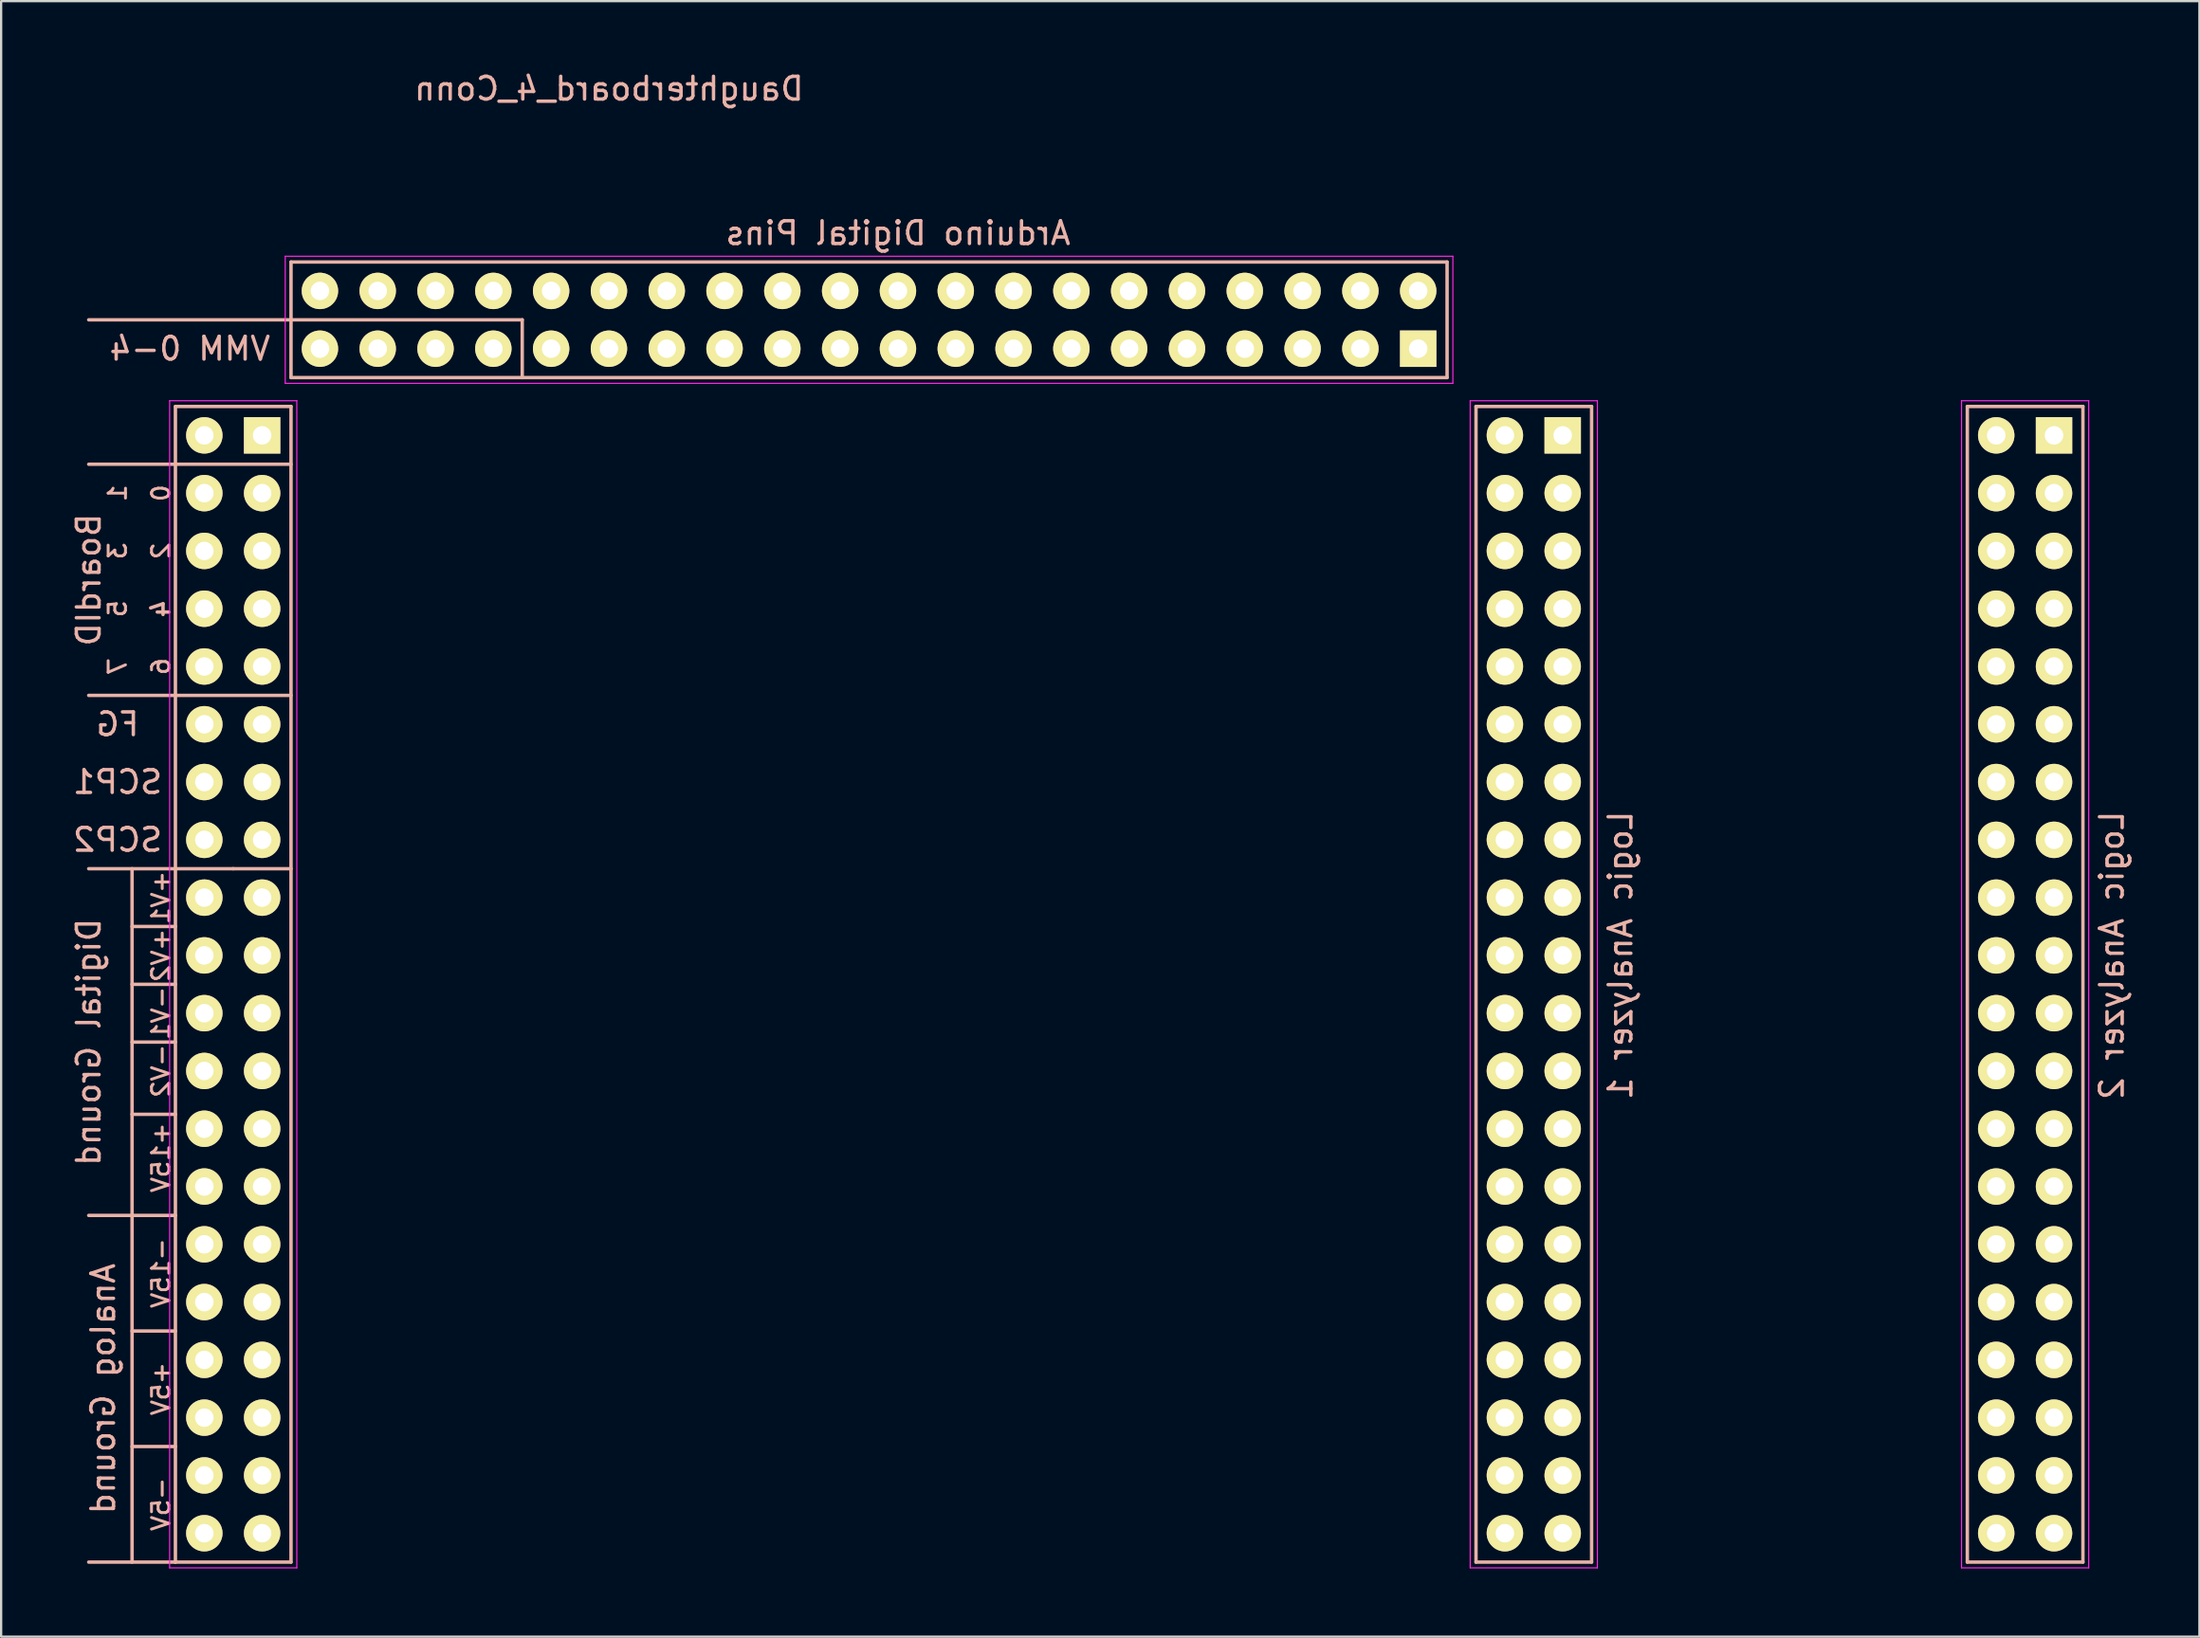
<source format=kicad_pcb>
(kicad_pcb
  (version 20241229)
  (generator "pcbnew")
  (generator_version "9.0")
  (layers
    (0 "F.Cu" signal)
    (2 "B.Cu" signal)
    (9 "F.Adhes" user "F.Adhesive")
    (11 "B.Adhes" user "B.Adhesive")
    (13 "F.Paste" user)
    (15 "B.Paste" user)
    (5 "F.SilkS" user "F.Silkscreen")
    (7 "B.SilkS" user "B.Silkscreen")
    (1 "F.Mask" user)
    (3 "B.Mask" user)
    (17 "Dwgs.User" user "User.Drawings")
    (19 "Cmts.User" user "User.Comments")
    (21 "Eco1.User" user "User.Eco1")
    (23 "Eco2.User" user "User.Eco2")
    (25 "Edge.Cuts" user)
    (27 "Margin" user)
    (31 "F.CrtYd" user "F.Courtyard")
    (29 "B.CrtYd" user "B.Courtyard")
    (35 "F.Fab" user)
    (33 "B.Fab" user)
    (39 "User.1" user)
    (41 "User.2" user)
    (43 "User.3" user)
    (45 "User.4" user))
  (footprint "Daughterboard_4_Conn"
    (layer "F.Cu")
    (at 0.848 8.468)
    (property "Reference" "Daughterboard_4_Conn" (at 22.86 -7.62 0) (layer "B.SilkS") (effects (font (size 1 1) (thickness 0.15)) (justify mirror)))
    (attr through_hole)
    (fp_line (start 1.905 26.67) (end 1.905 57.15) (stroke (width 0.15) (type solid)) (layer "B.SilkS"))
    (fp_line (start 1.905 41.91) (end 0 41.91) (stroke (width 0.15) (type solid)) (layer "B.SilkS"))
    (fp_line (start 3.81 6.35) (end 8.89 6.35) (stroke (width 0.15) (type solid)) (layer "B.SilkS"))
    (fp_line (start 3.81 8.89) (end 0 8.89) (stroke (width 0.15) (type solid)) (layer "B.SilkS"))
    (fp_line (start 3.81 8.89) (end 8.89 8.89) (stroke (width 0.15) (type solid)) (layer "B.SilkS"))
    (fp_line (start 3.81 19.05) (end 0 19.05) (stroke (width 0.15) (type solid)) (layer "B.SilkS"))
    (fp_line (start 3.81 19.05) (end 8.89 19.05) (stroke (width 0.15) (type solid)) (layer "B.SilkS"))
    (fp_line (start 3.81 26.67) (end 0 26.67) (stroke (width 0.15) (type solid)) (layer "B.SilkS"))
    (fp_line (start 3.81 26.67) (end 6.35 26.67) (stroke (width 0.15) (type solid)) (layer "B.SilkS"))
    (fp_line (start 3.81 29.21) (end 1.905 29.21) (stroke (width 0.15) (type solid)) (layer "B.SilkS"))
    (fp_line (start 3.81 31.75) (end 1.905 31.75) (stroke (width 0.15) (type solid)) (layer "B.SilkS"))
    (fp_line (start 3.81 34.29) (end 1.905 34.29) (stroke (width 0.15) (type solid)) (layer "B.SilkS"))
    (fp_line (start 3.81 37.465) (end 1.905 37.465) (stroke (width 0.15) (type solid)) (layer "B.SilkS"))
    (fp_line (start 3.81 41.91) (end 1.905 41.91) (stroke (width 0.15) (type solid)) (layer "B.SilkS"))
    (fp_line (start 3.81 46.99) (end 1.905 46.99) (stroke (width 0.15) (type solid)) (layer "B.SilkS"))
    (fp_line (start 3.81 52.07) (end 1.905 52.07) (stroke (width 0.15) (type solid)) (layer "B.SilkS"))
    (fp_line (start 3.81 57.15) (end 0 57.15) (stroke (width 0.15) (type solid)) (layer "B.SilkS"))
    (fp_line (start 3.81 57.15) (end 3.81 6.35) (stroke (width 0.15) (type solid)) (layer "B.SilkS"))
    (fp_line (start 6.35 26.67) (end 8.89 26.67) (stroke (width 0.15) (type solid)) (layer "B.SilkS"))
    (fp_line (start 8.89 0) (end 8.89 5.08) (stroke (width 0.15) (type solid)) (layer "B.SilkS"))
    (fp_line (start 8.89 2.54) (end 0 2.54) (stroke (width 0.15) (type solid)) (layer "B.SilkS"))
    (fp_line (start 8.89 2.54) (end 19.05 2.54) (stroke (width 0.15) (type solid)) (layer "B.SilkS"))
    (fp_line (start 8.89 5.08) (end 59.69 5.08) (stroke (width 0.15) (type solid)) (layer "B.SilkS"))
    (fp_line (start 8.89 6.35) (end 8.89 57.15) (stroke (width 0.15) (type solid)) (layer "B.SilkS"))
    (fp_line (start 8.89 57.15) (end 3.81 57.15) (stroke (width 0.15) (type solid)) (layer "B.SilkS"))
    (fp_line (start 19.05 2.54) (end 19.05 5.08) (stroke (width 0.15) (type solid)) (layer "B.SilkS"))
    (fp_line (start 59.69 0) (end 8.89 0) (stroke (width 0.15) (type solid)) (layer "B.SilkS"))
    (fp_line (start 59.69 5.08) (end 59.69 0) (stroke (width 0.15) (type solid)) (layer "B.SilkS"))
    (fp_line (start 60.96 6.35) (end 60.96 57.15) (stroke (width 0.15) (type solid)) (layer "B.SilkS"))
    (fp_line (start 60.96 57.15) (end 66.04 57.15) (stroke (width 0.15) (type solid)) (layer "B.SilkS"))
    (fp_line (start 66.04 6.35) (end 60.96 6.35) (stroke (width 0.15) (type solid)) (layer "B.SilkS"))
    (fp_line (start 66.04 57.15) (end 66.04 6.35) (stroke (width 0.15) (type solid)) (layer "B.SilkS"))
    (fp_line (start 82.55 6.35) (end 87.63 6.35) (stroke (width 0.15) (type solid)) (layer "B.SilkS"))
    (fp_line (start 82.55 57.15) (end 82.55 6.35) (stroke (width 0.15) (type solid)) (layer "B.SilkS"))
    (fp_line (start 87.63 6.35) (end 87.63 57.15) (stroke (width 0.15) (type solid)) (layer "B.SilkS"))
    (fp_line (start 87.63 57.15) (end 82.55 57.15) (stroke (width 0.15) (type solid)) (layer "B.SilkS"))
    (fp_line (start 3.556 6.096) (end 9.144 6.096) (stroke (width 0.05) (type solid)) (layer "F.CrtYd"))
    (fp_line (start 3.556 57.404) (end 3.556 6.096) (stroke (width 0.05) (type solid)) (layer "F.CrtYd"))
    (fp_line (start 8.636 -0.254) (end 59.944 -0.254) (stroke (width 0.05) (type solid)) (layer "F.CrtYd"))
    (fp_line (start 8.636 5.334) (end 8.636 -0.254) (stroke (width 0.05) (type solid)) (layer "F.CrtYd"))
    (fp_line (start 9.144 6.096) (end 9.144 57.404) (stroke (width 0.05) (type solid)) (layer "F.CrtYd"))
    (fp_line (start 9.144 57.404) (end 3.556 57.404) (stroke (width 0.05) (type solid)) (layer "F.CrtYd"))
    (fp_line (start 59.944 -0.254) (end 59.944 5.334) (stroke (width 0.05) (type solid)) (layer "F.CrtYd"))
    (fp_line (start 59.944 5.334) (end 8.636 5.334) (stroke (width 0.05) (type solid)) (layer "F.CrtYd"))
    (fp_line (start 60.706 6.096) (end 66.294 6.096) (stroke (width 0.05) (type solid)) (layer "F.CrtYd"))
    (fp_line (start 60.706 57.404) (end 60.706 6.096) (stroke (width 0.05) (type solid)) (layer "F.CrtYd"))
    (fp_line (start 66.294 6.096) (end 66.294 57.404) (stroke (width 0.05) (type solid)) (layer "F.CrtYd"))
    (fp_line (start 66.294 57.404) (end 60.706 57.404) (stroke (width 0.05) (type solid)) (layer "F.CrtYd"))
    (fp_line (start 82.296 6.096) (end 87.884 6.096) (stroke (width 0.05) (type solid)) (layer "F.CrtYd"))
    (fp_line (start 82.296 57.404) (end 82.296 6.096) (stroke (width 0.05) (type solid)) (layer "F.CrtYd"))
    (fp_line (start 87.884 6.096) (end 87.884 57.404) (stroke (width 0.05) (type solid)) (layer "F.CrtYd"))
    (fp_line (start 87.884 57.404) (end 82.296 57.404) (stroke (width 0.05) (type solid)) (layer "F.CrtYd"))
    (fp_text user "0" (at 3.175 10.16 90) (layer "B.SilkS") (effects (font (size 0.762 0.762) (thickness 0.127)) (justify mirror)))
    (fp_text user "+5V" (at 3.175 49.53 90) (layer "B.SilkS") (effects (font (size 0.762 0.762) (thickness 0.127)) (justify mirror)))
    (fp_text user "SCP2" (at 1.27 25.4 180) (layer "B.SilkS") (effects (font (size 1 1) (thickness 0.15)) (justify mirror)))
    (fp_text user "-V2" (at 3.175 35.56 90) (layer "B.SilkS") (effects (font (size 0.762 0.762) (thickness 0.127)) (justify mirror)))
    (fp_text user "Arduino Digital Pins" (at 35.56 -1.27 0) (layer "B.SilkS") (effects (font (size 1 1) (thickness 0.15)) (justify mirror)))
    (fp_text user "Digital Ground" (at 0 34.29 90) (layer "B.SilkS") (effects (font (size 1 1) (thickness 0.15)) (justify mirror)))
    (fp_text user "-V1" (at 3.175 33.02 90) (layer "B.SilkS") (effects (font (size 0.762 0.762) (thickness 0.127)) (justify mirror)))
    (fp_text user "+V2" (at 3.175 30.48 90) (layer "B.SilkS") (effects (font (size 0.762 0.762) (thickness 0.127)) (justify mirror)))
    (fp_text user "BoardID" (at 0 13.97 90) (layer "B.SilkS") (effects (font (size 1 1) (thickness 0.15)) (justify mirror)))
    (fp_text user "+15V" (at 3.175 39.37 90) (layer "B.SilkS") (effects (font (size 0.762 0.762) (thickness 0.127)) (justify mirror)))
    (fp_text user "5" (at 1.27 15.24 90) (layer "B.SilkS") (effects (font (size 0.762 0.762) (thickness 0.127)) (justify mirror)))
    (fp_text user "6" (at 3.175 17.78 90) (layer "B.SilkS") (effects (font (size 0.762 0.762) (thickness 0.127)) (justify mirror)))
    (fp_text user "-5V" (at 3.175 54.61 90) (layer "B.SilkS") (effects (font (size 0.762 0.762) (thickness 0.127)) (justify mirror)))
    (fp_text user "4" (at 3.175 15.24 90) (layer "B.SilkS") (effects (font (size 0.762 0.762) (thickness 0.15)) (justify mirror)))
    (fp_text user "SCP1" (at 1.27 22.86 180) (layer "B.SilkS") (effects (font (size 1 1) (thickness 0.15)) (justify mirror)))
    (fp_text user "+V1" (at 3.175 27.94 90) (layer "B.SilkS") (effects (font (size 0.762 0.762) (thickness 0.127)) (justify mirror)))
    (fp_text user "2" (at 3.175 12.7 90) (layer "B.SilkS") (effects (font (size 0.762 0.762) (thickness 0.127)) (justify mirror)))
    (fp_text user "Analog Ground" (at 0.635 49.53 90) (layer "B.SilkS") (effects (font (size 1 1) (thickness 0.15)) (justify mirror)))
    (fp_text user "-15V" (at 3.175 44.45 90) (layer "B.SilkS") (effects (font (size 0.762 0.762) (thickness 0.127)) (justify mirror)))
    (fp_text user "Logic Analyzer 2" (at 88.9 30.48 90) (layer "B.SilkS") (effects (font (size 1 1) (thickness 0.15)) (justify mirror)))
    (fp_text user "Logic Analyzer 1" (at 67.31 30.48 90) (layer "B.SilkS") (effects (font (size 1 1) (thickness 0.15)) (justify mirror)))
    (fp_text user "7" (at 1.27 17.78 90) (layer "B.SilkS") (effects (font (size 0.762 0.762) (thickness 0.127)) (justify mirror)))
    (fp_text user "1" (at 1.27 10.16 90) (layer "B.SilkS") (effects (font (size 0.762 0.762) (thickness 0.127)) (justify mirror)))
    (fp_text user "FG" (at 1.27 20.32 180) (layer "B.SilkS") (effects (font (size 1 1) (thickness 0.15)) (justify mirror)))
    (fp_text user "3" (at 1.27 12.7 90) (layer "B.SilkS") (effects (font (size 0.762 0.762) (thickness 0.127)) (justify mirror)))
    (fp_text user "VMM 0-4" (at 4.445 3.81 0) (layer "B.SilkS") (effects (font (size 1 1) (thickness 0.15)) (justify mirror)))
    (pad "1" thru_hole rect (at 7.62 7.62) (size 1.6 1.6) (drill 0.813) (layers "*.Cu" "*.Mask" "F.SilkS"))
    (pad "2" thru_hole circle (at 5.08 7.62) (size 1.6 1.6) (drill 0.813) (layers "*.Cu" "*.Mask" "F.SilkS"))
    (pad "3" thru_hole circle (at 7.62 10.16) (size 1.6 1.6) (drill 0.813) (layers "*.Cu" "*.Mask" "F.SilkS"))
    (pad "4" thru_hole circle (at 5.08 10.16) (size 1.6 1.6) (drill 0.813) (layers "*.Cu" "*.Mask" "F.SilkS"))
    (pad "5" thru_hole circle (at 7.62 12.7) (size 1.6 1.6) (drill 0.813) (layers "*.Cu" "*.Mask" "F.SilkS"))
    (pad "6" thru_hole circle (at 5.08 12.7) (size 1.6 1.6) (drill 0.813) (layers "*.Cu" "*.Mask" "F.SilkS"))
    (pad "7" thru_hole circle (at 7.62 15.24) (size 1.6 1.6) (drill 0.813) (layers "*.Cu" "*.Mask" "F.SilkS"))
    (pad "8" thru_hole circle (at 5.08 15.24) (size 1.6 1.6) (drill 0.813) (layers "*.Cu" "*.Mask" "F.SilkS"))
    (pad "9" thru_hole circle (at 7.62 17.78) (size 1.6 1.6) (drill 0.813) (layers "*.Cu" "*.Mask" "F.SilkS"))
    (pad "10" thru_hole circle (at 5.08 17.78) (size 1.6 1.6) (drill 0.813) (layers "*.Cu" "*.Mask" "F.SilkS"))
    (pad "11" thru_hole circle (at 7.62 20.32) (size 1.6 1.6) (drill 0.813) (layers "*.Cu" "*.Mask" "F.SilkS"))
    (pad "12" thru_hole circle (at 5.08 20.32) (size 1.6 1.6) (drill 0.813) (layers "*.Cu" "*.Mask" "F.SilkS"))
    (pad "13" thru_hole circle (at 7.62 22.86) (size 1.6 1.6) (drill 0.813) (layers "*.Cu" "*.Mask" "F.SilkS"))
    (pad "14" thru_hole circle (at 5.08 22.86) (size 1.6 1.6) (drill 0.813) (layers "*.Cu" "*.Mask" "F.SilkS"))
    (pad "15" thru_hole circle (at 7.62 25.4) (size 1.6 1.6) (drill 0.813) (layers "*.Cu" "*.Mask" "F.SilkS"))
    (pad "16" thru_hole circle (at 5.08 25.4) (size 1.6 1.6) (drill 0.813) (layers "*.Cu" "*.Mask" "F.SilkS"))
    (pad "17" thru_hole circle (at 7.62 27.94) (size 1.6 1.6) (drill 0.813) (layers "*.Cu" "*.Mask" "F.SilkS"))
    (pad "18" thru_hole circle (at 5.08 27.94) (size 1.6 1.6) (drill 0.813) (layers "*.Cu" "*.Mask" "F.SilkS"))
    (pad "19" thru_hole circle (at 7.62 30.48) (size 1.6 1.6) (drill 0.813) (layers "*.Cu" "*.Mask" "F.SilkS"))
    (pad "20" thru_hole circle (at 5.08 30.48) (size 1.6 1.6) (drill 0.813) (layers "*.Cu" "*.Mask" "F.SilkS"))
    (pad "21" thru_hole circle (at 7.62 33.02) (size 1.6 1.6) (drill 0.813) (layers "*.Cu" "*.Mask" "F.SilkS"))
    (pad "22" thru_hole circle (at 5.08 33.02) (size 1.6 1.6) (drill 0.813) (layers "*.Cu" "*.Mask" "F.SilkS"))
    (pad "23" thru_hole circle (at 7.62 35.56) (size 1.6 1.6) (drill 0.813) (layers "*.Cu" "*.Mask" "F.SilkS"))
    (pad "24" thru_hole circle (at 5.08 35.56) (size 1.6 1.6) (drill 0.813) (layers "*.Cu" "*.Mask" "F.SilkS"))
    (pad "25" thru_hole circle (at 7.62 38.1) (size 1.6 1.6) (drill 0.813) (layers "*.Cu" "*.Mask" "F.SilkS"))
    (pad "26" thru_hole circle (at 5.08 38.1) (size 1.6 1.6) (drill 0.813) (layers "*.Cu" "*.Mask" "F.SilkS"))
    (pad "27" thru_hole circle (at 7.62 40.64) (size 1.6 1.6) (drill 0.813) (layers "*.Cu" "*.Mask" "F.SilkS"))
    (pad "28" thru_hole circle (at 5.08 40.64) (size 1.6 1.6) (drill 0.813) (layers "*.Cu" "*.Mask" "F.SilkS"))
    (pad "29" thru_hole circle (at 7.62 43.18) (size 1.6 1.6) (drill 0.813) (layers "*.Cu" "*.Mask" "F.SilkS"))
    (pad "30" thru_hole circle (at 5.08 43.18) (size 1.6 1.6) (drill 0.813) (layers "*.Cu" "*.Mask" "F.SilkS"))
    (pad "31" thru_hole circle (at 7.62 45.72) (size 1.6 1.6) (drill 0.813) (layers "*.Cu" "*.Mask" "F.SilkS"))
    (pad "32" thru_hole circle (at 5.08 45.72) (size 1.6 1.6) (drill 0.813) (layers "*.Cu" "*.Mask" "F.SilkS"))
    (pad "33" thru_hole circle (at 7.62 48.26) (size 1.6 1.6) (drill 0.813) (layers "*.Cu" "*.Mask" "F.SilkS"))
    (pad "34" thru_hole circle (at 5.08 48.26) (size 1.6 1.6) (drill 0.813) (layers "*.Cu" "*.Mask" "F.SilkS"))
    (pad "35" thru_hole circle (at 7.62 50.8) (size 1.6 1.6) (drill 0.813) (layers "*.Cu" "*.Mask" "F.SilkS"))
    (pad "36" thru_hole circle (at 5.08 50.8) (size 1.6 1.6) (drill 0.813) (layers "*.Cu" "*.Mask" "F.SilkS"))
    (pad "37" thru_hole circle (at 7.62 53.34) (size 1.6 1.6) (drill 0.813) (layers "*.Cu" "*.Mask" "F.SilkS"))
    (pad "38" thru_hole circle (at 5.08 53.34) (size 1.6 1.6) (drill 0.813) (layers "*.Cu" "*.Mask" "F.SilkS"))
    (pad "39" thru_hole circle (at 7.62 55.88) (size 1.6 1.6) (drill 0.813) (layers "*.Cu" "*.Mask" "F.SilkS"))
    (pad "40" thru_hole circle (at 5.08 55.88) (size 1.6 1.6) (drill 0.813) (layers "*.Cu" "*.Mask" "F.SilkS"))
    (pad "41" thru_hole rect (at 58.42 3.81) (size 1.6 1.6) (drill 0.813) (layers "*.Cu" "*.Mask" "F.SilkS"))
    (pad "42" thru_hole circle (at 58.42 1.27) (size 1.6 1.6) (drill 0.813) (layers "*.Cu" "*.Mask" "F.SilkS"))
    (pad "43" thru_hole circle (at 55.88 3.81) (size 1.6 1.6) (drill 0.813) (layers "*.Cu" "*.Mask" "F.SilkS"))
    (pad "44" thru_hole circle (at 55.88 1.27) (size 1.6 1.6) (drill 0.813) (layers "*.Cu" "*.Mask" "F.SilkS"))
    (pad "45" thru_hole circle (at 53.34 3.81) (size 1.6 1.6) (drill 0.813) (layers "*.Cu" "*.Mask" "F.SilkS"))
    (pad "46" thru_hole circle (at 53.34 1.27) (size 1.6 1.6) (drill 0.813) (layers "*.Cu" "*.Mask" "F.SilkS"))
    (pad "47" thru_hole circle (at 50.8 3.81) (size 1.6 1.6) (drill 0.813) (layers "*.Cu" "*.Mask" "F.SilkS"))
    (pad "48" thru_hole circle (at 50.8 1.27) (size 1.6 1.6) (drill 0.813) (layers "*.Cu" "*.Mask" "F.SilkS"))
    (pad "49" thru_hole circle (at 48.26 3.81) (size 1.6 1.6) (drill 0.813) (layers "*.Cu" "*.Mask" "F.SilkS"))
    (pad "50" thru_hole circle (at 48.26 1.27) (size 1.6 1.6) (drill 0.813) (layers "*.Cu" "*.Mask" "F.SilkS"))
    (pad "51" thru_hole circle (at 45.72 3.81) (size 1.6 1.6) (drill 0.813) (layers "*.Cu" "*.Mask" "F.SilkS"))
    (pad "52" thru_hole circle (at 45.72 1.27) (size 1.6 1.6) (drill 0.813) (layers "*.Cu" "*.Mask" "F.SilkS"))
    (pad "53" thru_hole circle (at 43.18 3.81) (size 1.6 1.6) (drill 0.813) (layers "*.Cu" "*.Mask" "F.SilkS"))
    (pad "54" thru_hole circle (at 43.18 1.27) (size 1.6 1.6) (drill 0.813) (layers "*.Cu" "*.Mask" "F.SilkS"))
    (pad "55" thru_hole circle (at 40.64 3.81) (size 1.6 1.6) (drill 0.813) (layers "*.Cu" "*.Mask" "F.SilkS"))
    (pad "56" thru_hole circle (at 40.64 1.27) (size 1.6 1.6) (drill 0.813) (layers "*.Cu" "*.Mask" "F.SilkS"))
    (pad "57" thru_hole circle (at 38.1 3.81) (size 1.6 1.6) (drill 0.813) (layers "*.Cu" "*.Mask" "F.SilkS"))
    (pad "58" thru_hole circle (at 38.1 1.27) (size 1.6 1.6) (drill 0.813) (layers "*.Cu" "*.Mask" "F.SilkS"))
    (pad "59" thru_hole circle (at 35.56 3.81) (size 1.6 1.6) (drill 0.813) (layers "*.Cu" "*.Mask" "F.SilkS"))
    (pad "60" thru_hole circle (at 35.56 1.27) (size 1.6 1.6) (drill 0.813) (layers "*.Cu" "*.Mask" "F.SilkS"))
    (pad "61" thru_hole circle (at 33.02 3.81) (size 1.6 1.6) (drill 0.813) (layers "*.Cu" "*.Mask" "F.SilkS"))
    (pad "62" thru_hole circle (at 33.02 1.27) (size 1.6 1.6) (drill 0.813) (layers "*.Cu" "*.Mask" "F.SilkS"))
    (pad "63" thru_hole circle (at 30.48 3.81) (size 1.6 1.6) (drill 0.813) (layers "*.Cu" "*.Mask" "F.SilkS"))
    (pad "64" thru_hole circle (at 30.48 1.27) (size 1.6 1.6) (drill 0.813) (layers "*.Cu" "*.Mask" "F.SilkS"))
    (pad "65" thru_hole circle (at 27.94 3.81) (size 1.6 1.6) (drill 0.813) (layers "*.Cu" "*.Mask" "F.SilkS"))
    (pad "66" thru_hole circle (at 27.94 1.27) (size 1.6 1.6) (drill 0.813) (layers "*.Cu" "*.Mask" "F.SilkS"))
    (pad "67" thru_hole circle (at 25.4 3.81) (size 1.6 1.6) (drill 0.813) (layers "*.Cu" "*.Mask" "F.SilkS"))
    (pad "68" thru_hole circle (at 25.4 1.27) (size 1.6 1.6) (drill 0.813) (layers "*.Cu" "*.Mask" "F.SilkS"))
    (pad "69" thru_hole circle (at 22.86 3.81) (size 1.6 1.6) (drill 0.813) (layers "*.Cu" "*.Mask" "F.SilkS"))
    (pad "70" thru_hole circle (at 22.86 1.27) (size 1.6 1.6) (drill 0.813) (layers "*.Cu" "*.Mask" "F.SilkS"))
    (pad "71" thru_hole circle (at 20.32 3.81) (size 1.6 1.6) (drill 0.813) (layers "*.Cu" "*.Mask" "F.SilkS"))
    (pad "72" thru_hole circle (at 20.32 1.27) (size 1.6 1.6) (drill 0.813) (layers "*.Cu" "*.Mask" "F.SilkS"))
    (pad "73" thru_hole circle (at 17.78 3.81) (size 1.6 1.6) (drill 0.813) (layers "*.Cu" "*.Mask" "F.SilkS"))
    (pad "74" thru_hole circle (at 17.78 1.27) (size 1.6 1.6) (drill 0.813) (layers "*.Cu" "*.Mask" "F.SilkS"))
    (pad "75" thru_hole circle (at 15.24 3.81) (size 1.6 1.6) (drill 0.813) (layers "*.Cu" "*.Mask" "F.SilkS"))
    (pad "76" thru_hole circle (at 15.24 1.27) (size 1.6 1.6) (drill 0.813) (layers "*.Cu" "*.Mask" "F.SilkS"))
    (pad "77" thru_hole circle (at 12.7 3.81) (size 1.6 1.6) (drill 0.813) (layers "*.Cu" "*.Mask" "F.SilkS"))
    (pad "78" thru_hole circle (at 12.7 1.27) (size 1.6 1.6) (drill 0.813) (layers "*.Cu" "*.Mask" "F.SilkS"))
    (pad "79" thru_hole circle (at 10.16 3.81) (size 1.6 1.6) (drill 0.813) (layers "*.Cu" "*.Mask" "F.SilkS"))
    (pad "80" thru_hole circle (at 10.16 1.27) (size 1.6 1.6) (drill 0.813) (layers "*.Cu" "*.Mask" "F.SilkS"))
    (pad "81" thru_hole rect (at 64.77 7.62) (size 1.6 1.6) (drill 0.813) (layers "*.Cu" "*.Mask" "F.SilkS"))
    (pad "82" thru_hole circle (at 62.23 7.62) (size 1.6 1.6) (drill 0.813) (layers "*.Cu" "*.Mask" "F.SilkS"))
    (pad "83" thru_hole circle (at 64.77 10.16) (size 1.6 1.6) (drill 0.813) (layers "*.Cu" "*.Mask" "F.SilkS"))
    (pad "84" thru_hole circle (at 62.23 10.16) (size 1.6 1.6) (drill 0.813) (layers "*.Cu" "*.Mask" "F.SilkS"))
    (pad "85" thru_hole circle (at 64.77 12.7) (size 1.6 1.6) (drill 0.813) (layers "*.Cu" "*.Mask" "F.SilkS"))
    (pad "86" thru_hole circle (at 62.23 12.7) (size 1.6 1.6) (drill 0.813) (layers "*.Cu" "*.Mask" "F.SilkS"))
    (pad "87" thru_hole circle (at 64.77 15.24) (size 1.6 1.6) (drill 0.813) (layers "*.Cu" "*.Mask" "F.SilkS"))
    (pad "88" thru_hole circle (at 62.23 15.24) (size 1.6 1.6) (drill 0.813) (layers "*.Cu" "*.Mask" "F.SilkS"))
    (pad "89" thru_hole circle (at 64.77 17.78) (size 1.6 1.6) (drill 0.813) (layers "*.Cu" "*.Mask" "F.SilkS"))
    (pad "90" thru_hole circle (at 62.23 17.78) (size 1.6 1.6) (drill 0.813) (layers "*.Cu" "*.Mask" "F.SilkS"))
    (pad "91" thru_hole circle (at 64.77 20.32) (size 1.6 1.6) (drill 0.813) (layers "*.Cu" "*.Mask" "F.SilkS"))
    (pad "92" thru_hole circle (at 62.23 20.32) (size 1.6 1.6) (drill 0.813) (layers "*.Cu" "*.Mask" "F.SilkS"))
    (pad "93" thru_hole circle (at 64.77 22.86) (size 1.6 1.6) (drill 0.813) (layers "*.Cu" "*.Mask" "F.SilkS"))
    (pad "94" thru_hole circle (at 62.23 22.86) (size 1.6 1.6) (drill 0.813) (layers "*.Cu" "*.Mask" "F.SilkS"))
    (pad "95" thru_hole circle (at 64.77 25.4) (size 1.6 1.6) (drill 0.813) (layers "*.Cu" "*.Mask" "F.SilkS"))
    (pad "96" thru_hole circle (at 62.23 25.4) (size 1.6 1.6) (drill 0.813) (layers "*.Cu" "*.Mask" "F.SilkS"))
    (pad "97" thru_hole circle (at 64.77 27.94) (size 1.6 1.6) (drill 0.813) (layers "*.Cu" "*.Mask" "F.SilkS"))
    (pad "98" thru_hole circle (at 62.23 27.94) (size 1.6 1.6) (drill 0.813) (layers "*.Cu" "*.Mask" "F.SilkS"))
    (pad "99" thru_hole circle (at 64.77 30.48) (size 1.6 1.6) (drill 0.813) (layers "*.Cu" "*.Mask" "F.SilkS"))
    (pad "100" thru_hole circle (at 62.23 30.48) (size 1.6 1.6) (drill 0.813) (layers "*.Cu" "*.Mask" "F.SilkS"))
    (pad "101" thru_hole circle (at 64.77 33.02) (size 1.6 1.6) (drill 0.813) (layers "*.Cu" "*.Mask" "F.SilkS"))
    (pad "102" thru_hole circle (at 62.23 33.02) (size 1.6 1.6) (drill 0.813) (layers "*.Cu" "*.Mask" "F.SilkS"))
    (pad "103" thru_hole circle (at 64.77 35.56) (size 1.6 1.6) (drill 0.813) (layers "*.Cu" "*.Mask" "F.SilkS"))
    (pad "104" thru_hole circle (at 62.23 35.56) (size 1.6 1.6) (drill 0.813) (layers "*.Cu" "*.Mask" "F.SilkS"))
    (pad "105" thru_hole circle (at 64.77 38.1) (size 1.6 1.6) (drill 0.813) (layers "*.Cu" "*.Mask" "F.SilkS"))
    (pad "106" thru_hole circle (at 62.23 38.1) (size 1.6 1.6) (drill 0.813) (layers "*.Cu" "*.Mask" "F.SilkS"))
    (pad "107" thru_hole circle (at 64.77 40.64) (size 1.6 1.6) (drill 0.813) (layers "*.Cu" "*.Mask" "F.SilkS"))
    (pad "108" thru_hole circle (at 62.23 40.64) (size 1.6 1.6) (drill 0.813) (layers "*.Cu" "*.Mask" "F.SilkS"))
    (pad "109" thru_hole circle (at 64.77 43.18) (size 1.6 1.6) (drill 0.813) (layers "*.Cu" "*.Mask" "F.SilkS"))
    (pad "110" thru_hole circle (at 62.23 43.18) (size 1.6 1.6) (drill 0.813) (layers "*.Cu" "*.Mask" "F.SilkS"))
    (pad "111" thru_hole circle (at 64.77 45.72) (size 1.6 1.6) (drill 0.813) (layers "*.Cu" "*.Mask" "F.SilkS"))
    (pad "112" thru_hole circle (at 62.23 45.72) (size 1.6 1.6) (drill 0.813) (layers "*.Cu" "*.Mask" "F.SilkS"))
    (pad "113" thru_hole circle (at 64.77 48.26) (size 1.6 1.6) (drill 0.813) (layers "*.Cu" "*.Mask" "F.SilkS"))
    (pad "114" thru_hole circle (at 62.23 48.26) (size 1.6 1.6) (drill 0.813) (layers "*.Cu" "*.Mask" "F.SilkS"))
    (pad "115" thru_hole circle (at 64.77 50.8) (size 1.6 1.6) (drill 0.813) (layers "*.Cu" "*.Mask" "F.SilkS"))
    (pad "116" thru_hole circle (at 62.23 50.8) (size 1.6 1.6) (drill 0.813) (layers "*.Cu" "*.Mask" "F.SilkS"))
    (pad "117" thru_hole circle (at 64.77 53.34) (size 1.6 1.6) (drill 0.813) (layers "*.Cu" "*.Mask" "F.SilkS"))
    (pad "118" thru_hole circle (at 62.23 53.34) (size 1.6 1.6) (drill 0.813) (layers "*.Cu" "*.Mask" "F.SilkS"))
    (pad "119" thru_hole circle (at 64.77 55.88) (size 1.6 1.6) (drill 0.813) (layers "*.Cu" "*.Mask" "F.SilkS"))
    (pad "120" thru_hole circle (at 62.23 55.88) (size 1.6 1.6) (drill 0.813) (layers "*.Cu" "*.Mask" "F.SilkS"))
    (pad "121" thru_hole rect (at 86.36 7.62) (size 1.6 1.6) (drill 0.813) (layers "*.Cu" "*.Mask" "F.SilkS"))
    (pad "122" thru_hole circle (at 83.82 7.62) (size 1.6 1.6) (drill 0.813) (layers "*.Cu" "*.Mask" "F.SilkS"))
    (pad "123" thru_hole circle (at 86.36 10.16) (size 1.6 1.6) (drill 0.813) (layers "*.Cu" "*.Mask" "F.SilkS"))
    (pad "124" thru_hole circle (at 83.82 10.16) (size 1.6 1.6) (drill 0.813) (layers "*.Cu" "*.Mask" "F.SilkS"))
    (pad "125" thru_hole circle (at 86.36 12.7) (size 1.6 1.6) (drill 0.813) (layers "*.Cu" "*.Mask" "F.SilkS"))
    (pad "126" thru_hole circle (at 83.82 12.7) (size 1.6 1.6) (drill 0.813) (layers "*.Cu" "*.Mask" "F.SilkS"))
    (pad "127" thru_hole circle (at 86.36 15.24) (size 1.6 1.6) (drill 0.813) (layers "*.Cu" "*.Mask" "F.SilkS"))
    (pad "128" thru_hole circle (at 83.82 15.24) (size 1.6 1.6) (drill 0.813) (layers "*.Cu" "*.Mask" "F.SilkS"))
    (pad "129" thru_hole circle (at 86.36 17.78) (size 1.6 1.6) (drill 0.813) (layers "*.Cu" "*.Mask" "F.SilkS"))
    (pad "130" thru_hole circle (at 83.82 17.78) (size 1.6 1.6) (drill 0.813) (layers "*.Cu" "*.Mask" "F.SilkS"))
    (pad "131" thru_hole circle (at 86.36 20.32) (size 1.6 1.6) (drill 0.813) (layers "*.Cu" "*.Mask" "F.SilkS"))
    (pad "132" thru_hole circle (at 83.82 20.32) (size 1.6 1.6) (drill 0.813) (layers "*.Cu" "*.Mask" "F.SilkS"))
    (pad "133" thru_hole circle (at 86.36 22.86) (size 1.6 1.6) (drill 0.813) (layers "*.Cu" "*.Mask" "F.SilkS"))
    (pad "134" thru_hole circle (at 83.82 22.86) (size 1.6 1.6) (drill 0.813) (layers "*.Cu" "*.Mask" "F.SilkS"))
    (pad "135" thru_hole circle (at 86.36 25.4) (size 1.6 1.6) (drill 0.813) (layers "*.Cu" "*.Mask" "F.SilkS"))
    (pad "136" thru_hole circle (at 83.82 25.4) (size 1.6 1.6) (drill 0.813) (layers "*.Cu" "*.Mask" "F.SilkS"))
    (pad "137" thru_hole circle (at 86.36 27.94) (size 1.6 1.6) (drill 0.813) (layers "*.Cu" "*.Mask" "F.SilkS"))
    (pad "138" thru_hole circle (at 83.82 27.94) (size 1.6 1.6) (drill 0.813) (layers "*.Cu" "*.Mask" "F.SilkS"))
    (pad "139" thru_hole circle (at 86.36 30.48) (size 1.6 1.6) (drill 0.813) (layers "*.Cu" "*.Mask" "F.SilkS"))
    (pad "140" thru_hole circle (at 83.82 30.48) (size 1.6 1.6) (drill 0.813) (layers "*.Cu" "*.Mask" "F.SilkS"))
    (pad "141" thru_hole circle (at 86.36 33.02) (size 1.6 1.6) (drill 0.813) (layers "*.Cu" "*.Mask" "F.SilkS"))
    (pad "142" thru_hole circle (at 83.82 33.02) (size 1.6 1.6) (drill 0.813) (layers "*.Cu" "*.Mask" "F.SilkS"))
    (pad "143" thru_hole circle (at 86.36 35.56) (size 1.6 1.6) (drill 0.813) (layers "*.Cu" "*.Mask" "F.SilkS"))
    (pad "144" thru_hole circle (at 83.82 35.56) (size 1.6 1.6) (drill 0.813) (layers "*.Cu" "*.Mask" "F.SilkS"))
    (pad "145" thru_hole circle (at 86.36 38.1) (size 1.6 1.6) (drill 0.813) (layers "*.Cu" "*.Mask" "F.SilkS"))
    (pad "146" thru_hole circle (at 83.82 38.1) (size 1.6 1.6) (drill 0.813) (layers "*.Cu" "*.Mask" "F.SilkS"))
    (pad "147" thru_hole circle (at 86.36 40.64) (size 1.6 1.6) (drill 0.813) (layers "*.Cu" "*.Mask" "F.SilkS"))
    (pad "148" thru_hole circle (at 83.82 40.64) (size 1.6 1.6) (drill 0.813) (layers "*.Cu" "*.Mask" "F.SilkS"))
    (pad "149" thru_hole circle (at 86.36 43.18) (size 1.6 1.6) (drill 0.813) (layers "*.Cu" "*.Mask" "F.SilkS"))
    (pad "150" thru_hole circle (at 83.82 43.18) (size 1.6 1.6) (drill 0.813) (layers "*.Cu" "*.Mask" "F.SilkS"))
    (pad "151" thru_hole circle (at 86.36 45.72) (size 1.6 1.6) (drill 0.813) (layers "*.Cu" "*.Mask" "F.SilkS"))
    (pad "152" thru_hole circle (at 83.82 45.72) (size 1.6 1.6) (drill 0.813) (layers "*.Cu" "*.Mask" "F.SilkS"))
    (pad "153" thru_hole circle (at 86.36 48.26) (size 1.6 1.6) (drill 0.813) (layers "*.Cu" "*.Mask" "F.SilkS"))
    (pad "154" thru_hole circle (at 83.82 48.26) (size 1.6 1.6) (drill 0.813) (layers "*.Cu" "*.Mask" "F.SilkS"))
    (pad "155" thru_hole circle (at 86.36 50.8) (size 1.6 1.6) (drill 0.813) (layers "*.Cu" "*.Mask" "F.SilkS"))
    (pad "156" thru_hole circle (at 83.82 50.8) (size 1.6 1.6) (drill 0.813) (layers "*.Cu" "*.Mask" "F.SilkS"))
    (pad "157" thru_hole circle (at 86.36 53.34) (size 1.6 1.6) (drill 0.813) (layers "*.Cu" "*.Mask" "F.SilkS"))
    (pad "158" thru_hole circle (at 83.82 53.34) (size 1.6 1.6) (drill 0.813) (layers "*.Cu" "*.Mask" "F.SilkS"))
    (pad "159" thru_hole circle (at 86.36 55.88) (size 1.6 1.6) (drill 0.813) (layers "*.Cu" "*.Mask" "F.SilkS"))
    (pad "160" thru_hole circle (at 83.82 55.88) (size 1.6 1.6) (drill 0.813) (layers "*.Cu" "*.Mask" "F.SilkS")))
  (gr_rect
    (start -3 -3)
    (end 93.597 68.897)
    (stroke (width 0.1) (type default))
    (fill no)
    (layer "Edge.Cuts")))
</source>
